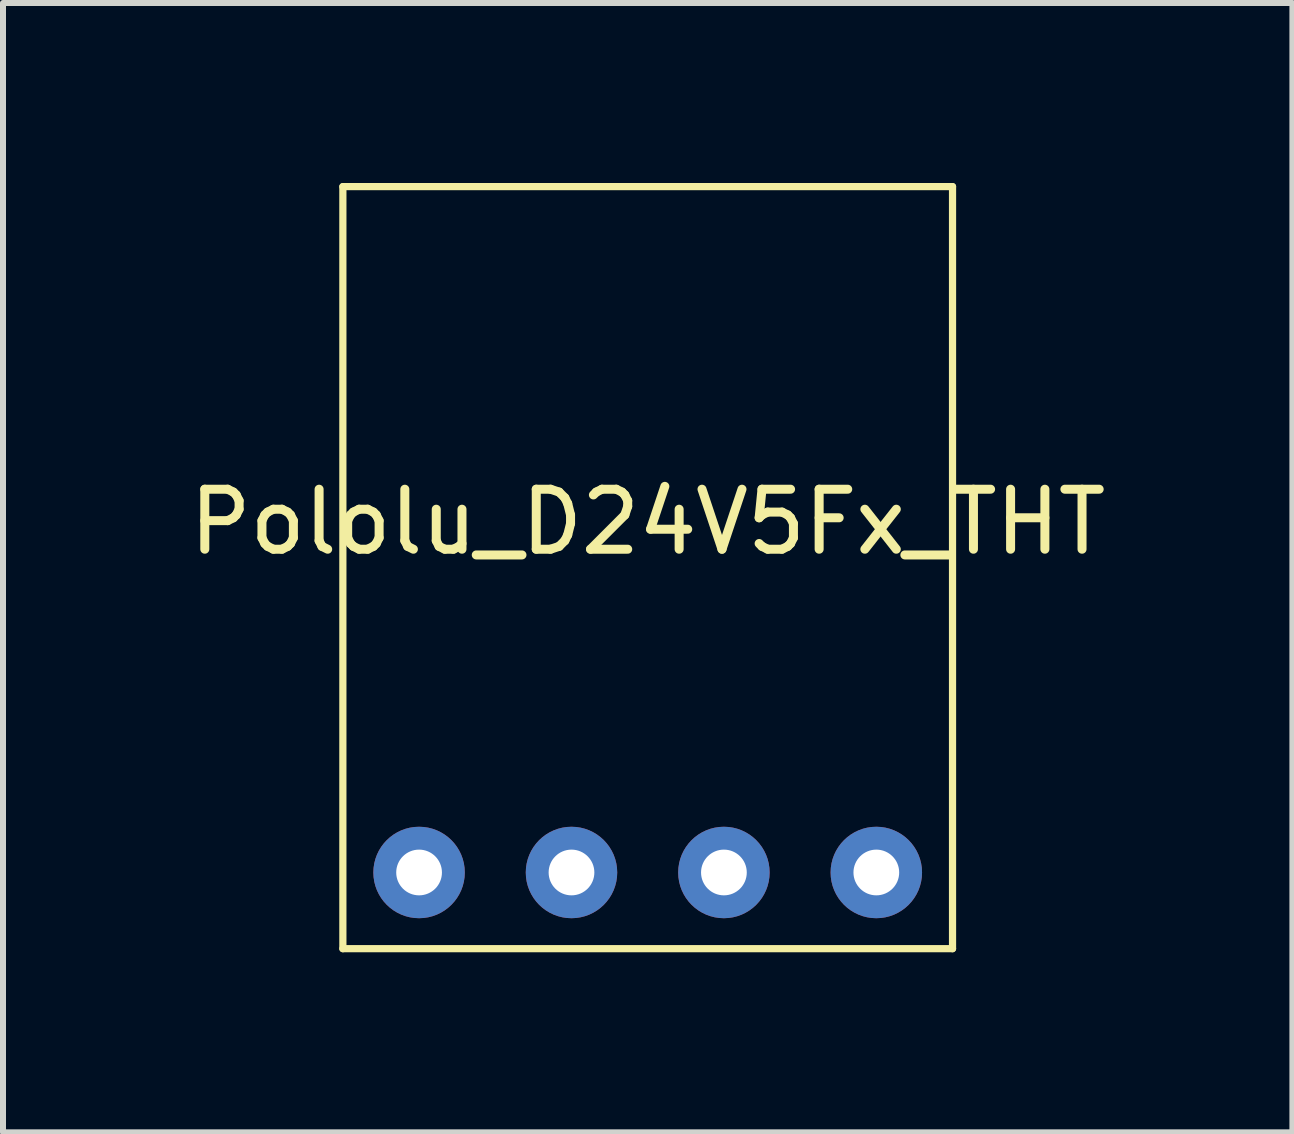
<source format=kicad_pcb>
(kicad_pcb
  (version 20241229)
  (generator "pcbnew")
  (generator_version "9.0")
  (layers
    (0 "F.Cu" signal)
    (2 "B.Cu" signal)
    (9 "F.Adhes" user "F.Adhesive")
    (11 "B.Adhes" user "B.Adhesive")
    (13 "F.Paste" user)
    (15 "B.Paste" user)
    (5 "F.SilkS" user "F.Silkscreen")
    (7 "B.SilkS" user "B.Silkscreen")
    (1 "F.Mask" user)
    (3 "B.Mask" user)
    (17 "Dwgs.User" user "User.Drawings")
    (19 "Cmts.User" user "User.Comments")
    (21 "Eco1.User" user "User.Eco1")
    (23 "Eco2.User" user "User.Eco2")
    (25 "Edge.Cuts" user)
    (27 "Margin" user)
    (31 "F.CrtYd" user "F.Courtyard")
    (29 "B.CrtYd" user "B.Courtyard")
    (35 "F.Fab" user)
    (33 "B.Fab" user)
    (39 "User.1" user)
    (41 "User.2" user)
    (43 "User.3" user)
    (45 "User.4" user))
  (footprint "Pololu_D24V5Fx_THT"
    (layer "F.Cu")
    (at 7.744 11.49)
    (property "Reference" "Pololu_D24V5Fx_THT" (at 0 -5.842 0) (layer "F.SilkS") (effects (font (size 1 1) (thickness 0.15))))
    (attr through_hole)
    (fp_line (start -5.08 1.27) (end -5.08 -11.43) (stroke (width 0.12) (type solid)) (layer "F.SilkS"))
    (fp_line (start -5.08 1.27) (end 5.08 1.27) (stroke (width 0.12) (type solid)) (layer "F.SilkS"))
    (fp_line (start 5.08 -11.43) (end -5.08 -11.43) (stroke (width 0.12) (type solid)) (layer "F.SilkS"))
    (fp_line (start 5.08 1.27) (end 5.08 -11.43) (stroke (width 0.12) (type solid)) (layer "F.SilkS"))
    (pad "1" thru_hole circle (at -3.81 0) (size 1.524 1.524) (drill 0.762) (layers "*.Cu" "*.Mask"))
    (pad "2" thru_hole circle (at -1.27 0) (size 1.524 1.524) (drill 0.762) (layers "*.Cu" "*.Mask"))
    (pad "3" thru_hole circle (at 1.27 0) (size 1.524 1.524) (drill 0.762) (layers "*.Cu" "*.Mask"))
    (pad "4" thru_hole circle (at 3.81 0) (size 1.524 1.524) (drill 0.762) (layers "*.Cu" "*.Mask")))
  (gr_rect
    (start -3 -3)
    (end 18.488 15.82)
    (stroke (width 0.1) (type default))
    (fill no)
    (layer "Edge.Cuts")))
</source>
